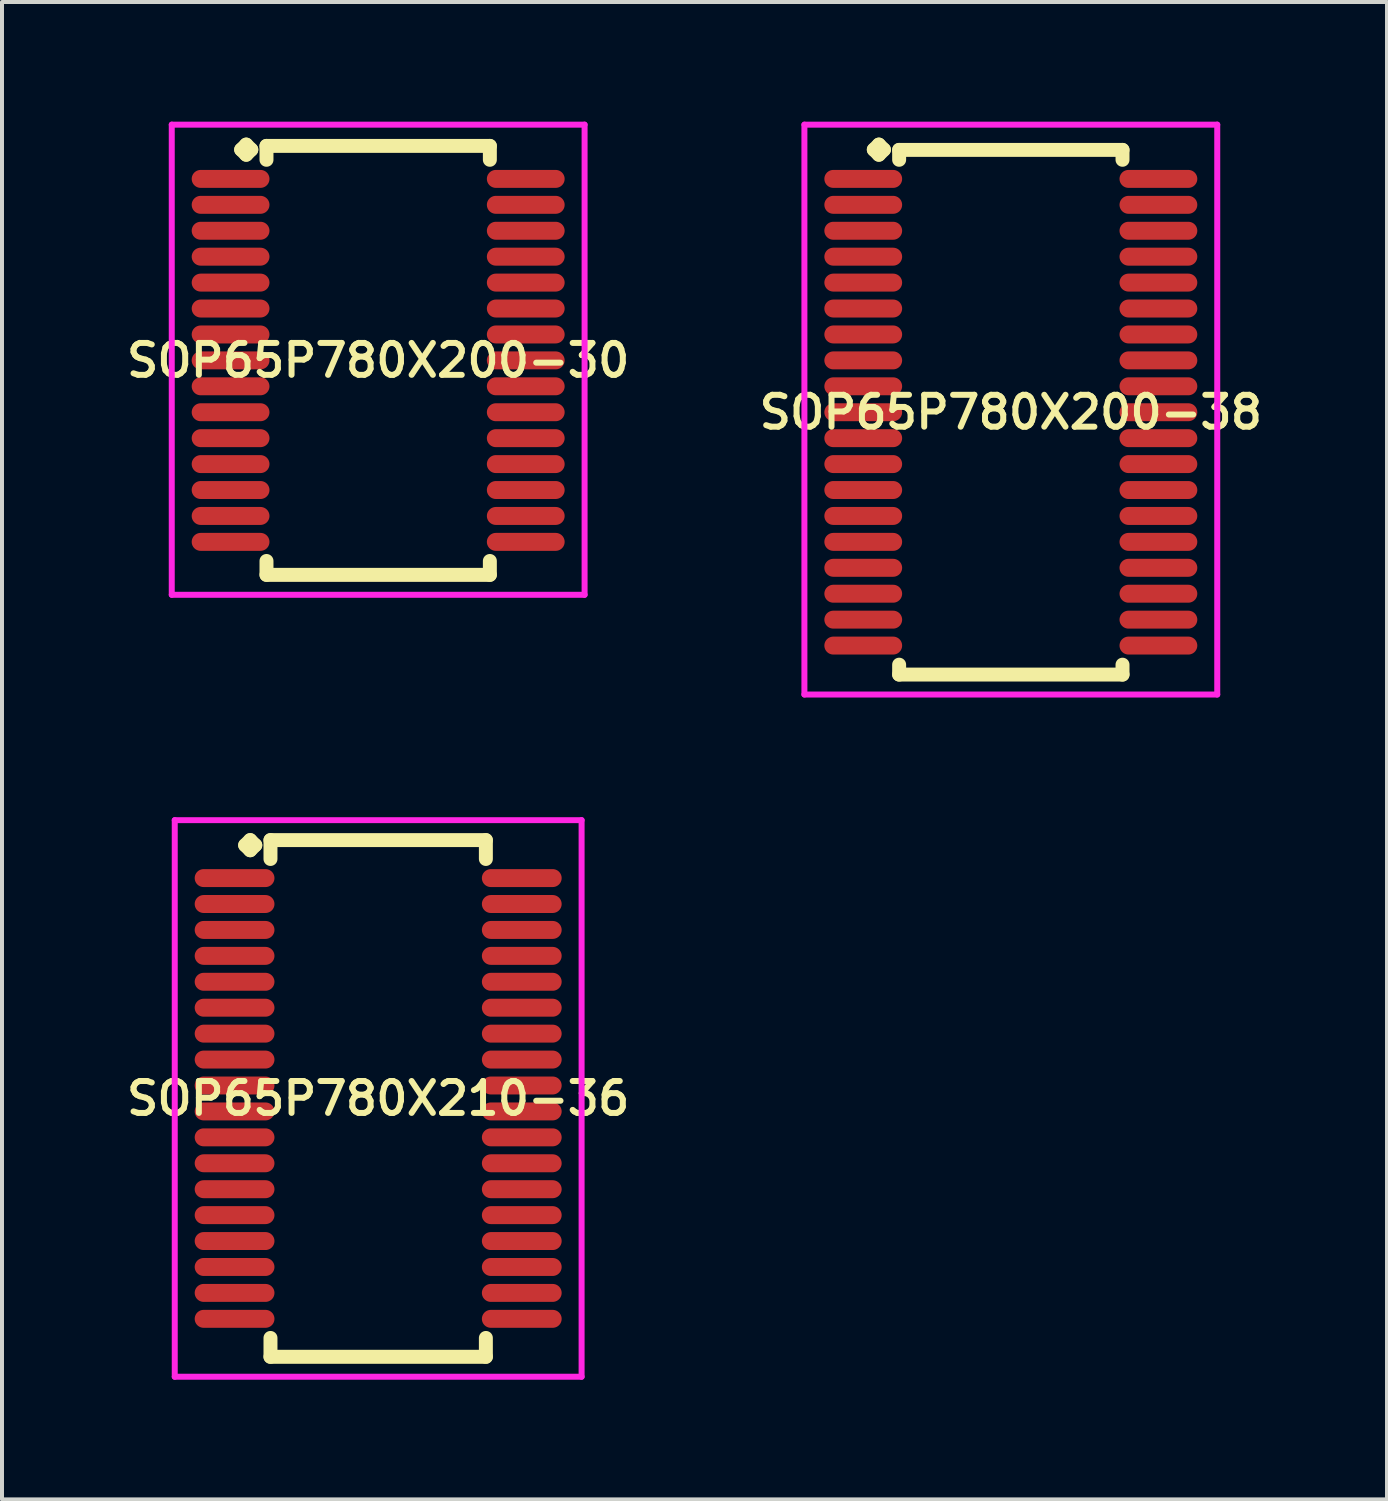
<source format=kicad_pcb>
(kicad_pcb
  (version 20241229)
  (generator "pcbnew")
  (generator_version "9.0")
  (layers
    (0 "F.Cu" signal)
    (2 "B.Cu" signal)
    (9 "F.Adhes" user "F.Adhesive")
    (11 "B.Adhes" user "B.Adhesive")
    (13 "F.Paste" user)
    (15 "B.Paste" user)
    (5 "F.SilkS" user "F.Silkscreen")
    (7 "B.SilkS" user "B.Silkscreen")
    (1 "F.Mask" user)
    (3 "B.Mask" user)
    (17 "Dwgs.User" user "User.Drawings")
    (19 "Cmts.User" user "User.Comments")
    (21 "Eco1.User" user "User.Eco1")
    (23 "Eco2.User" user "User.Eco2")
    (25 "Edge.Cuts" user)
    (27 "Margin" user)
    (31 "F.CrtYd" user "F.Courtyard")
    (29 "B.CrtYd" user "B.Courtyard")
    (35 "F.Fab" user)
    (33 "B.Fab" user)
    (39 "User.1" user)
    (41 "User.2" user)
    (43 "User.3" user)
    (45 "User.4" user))
  (footprint "SOP65P780X210-36"
    (layer "F.Cu")
    (at 6.431 24.489)
    (property "Reference" "SOP65P780X210-36" (at 0 0 0) (layer "F.SilkS") (effects (font (size 0.8 0.8) (thickness 0.15))))
    (attr smd)
    (fp_line (start -3.335 -6.35) (end -3.208 -6.477) (stroke (width 0.35) (type solid)) (layer "F.SilkS"))
    (fp_line (start -3.208 -6.477) (end -3.081 -6.35) (stroke (width 0.35) (type solid)) (layer "F.SilkS"))
    (fp_line (start -3.208 -6.223) (end -3.335 -6.35) (stroke (width 0.35) (type solid)) (layer "F.SilkS"))
    (fp_line (start -3.081 -6.35) (end -3.208 -6.223) (stroke (width 0.35) (type solid)) (layer "F.SilkS"))
    (fp_line (start -2.7 -6.477) (end 2.7 -6.477) (stroke (width 0.35) (type solid)) (layer "F.SilkS"))
    (fp_line (start -2.7 -6.004) (end -2.7 -6.477) (stroke (width 0.35) (type solid)) (layer "F.SilkS"))
    (fp_line (start -2.7 6.004) (end -2.7 6.477) (stroke (width 0.35) (type solid)) (layer "F.SilkS"))
    (fp_line (start -2.7 6.477) (end 2.7 6.477) (stroke (width 0.35) (type solid)) (layer "F.SilkS"))
    (fp_line (start 2.7 -6.477) (end 2.7 -6.004) (stroke (width 0.35) (type solid)) (layer "F.SilkS"))
    (fp_line (start 2.7 6.477) (end 2.7 6.004) (stroke (width 0.35) (type solid)) (layer "F.SilkS"))
    (fp_line (start -5.1 -6.977) (end 5.1 -6.977) (stroke (width 0.15) (type solid)) (layer "F.CrtYd"))
    (fp_line (start -5.1 6.977) (end -5.1 -6.977) (stroke (width 0.15) (type solid)) (layer "F.CrtYd"))
    (fp_line (start 5.1 -6.977) (end 5.1 6.977) (stroke (width 0.15) (type solid)) (layer "F.CrtYd"))
    (fp_line (start 5.1 6.977) (end -5.1 6.977) (stroke (width 0.15) (type solid)) (layer "F.CrtYd"))
    (pad "1" smd oval (at -3.6 -5.525) (size 2 0.45) (layers "F.Cu" "F.Mask" "F.Paste"))
    (pad "2" smd oval (at -3.6 -4.875) (size 2 0.45) (layers "F.Cu" "F.Mask" "F.Paste"))
    (pad "3" smd oval (at -3.6 -4.225) (size 2 0.45) (layers "F.Cu" "F.Mask" "F.Paste"))
    (pad "4" smd oval (at -3.6 -3.575) (size 2 0.45) (layers "F.Cu" "F.Mask" "F.Paste"))
    (pad "5" smd oval (at -3.6 -2.925) (size 2 0.45) (layers "F.Cu" "F.Mask" "F.Paste"))
    (pad "6" smd oval (at -3.6 -2.275) (size 2 0.45) (layers "F.Cu" "F.Mask" "F.Paste"))
    (pad "7" smd oval (at -3.6 -1.625) (size 2 0.45) (layers "F.Cu" "F.Mask" "F.Paste"))
    (pad "8" smd oval (at -3.6 -0.975) (size 2 0.45) (layers "F.Cu" "F.Mask" "F.Paste"))
    (pad "9" smd oval (at -3.6 -0.325) (size 2 0.45) (layers "F.Cu" "F.Mask" "F.Paste"))
    (pad "10" smd oval (at -3.6 0.325) (size 2 0.45) (layers "F.Cu" "F.Mask" "F.Paste"))
    (pad "11" smd oval (at -3.6 0.975) (size 2 0.45) (layers "F.Cu" "F.Mask" "F.Paste"))
    (pad "12" smd oval (at -3.6 1.625) (size 2 0.45) (layers "F.Cu" "F.Mask" "F.Paste"))
    (pad "13" smd oval (at -3.6 2.275) (size 2 0.45) (layers "F.Cu" "F.Mask" "F.Paste"))
    (pad "14" smd oval (at -3.6 2.925) (size 2 0.45) (layers "F.Cu" "F.Mask" "F.Paste"))
    (pad "15" smd oval (at -3.6 3.575) (size 2 0.45) (layers "F.Cu" "F.Mask" "F.Paste"))
    (pad "16" smd oval (at -3.6 4.225) (size 2 0.45) (layers "F.Cu" "F.Mask" "F.Paste"))
    (pad "17" smd oval (at -3.6 4.875) (size 2 0.45) (layers "F.Cu" "F.Mask" "F.Paste"))
    (pad "18" smd oval (at -3.6 5.525) (size 2 0.45) (layers "F.Cu" "F.Mask" "F.Paste"))
    (pad "19" smd oval (at 3.6 5.525) (size 2 0.45) (layers "F.Cu" "F.Mask" "F.Paste"))
    (pad "20" smd oval (at 3.6 4.875) (size 2 0.45) (layers "F.Cu" "F.Mask" "F.Paste"))
    (pad "21" smd oval (at 3.6 4.225) (size 2 0.45) (layers "F.Cu" "F.Mask" "F.Paste"))
    (pad "22" smd oval (at 3.6 3.575) (size 2 0.45) (layers "F.Cu" "F.Mask" "F.Paste"))
    (pad "23" smd oval (at 3.6 2.925) (size 2 0.45) (layers "F.Cu" "F.Mask" "F.Paste"))
    (pad "24" smd oval (at 3.6 2.275) (size 2 0.45) (layers "F.Cu" "F.Mask" "F.Paste"))
    (pad "25" smd oval (at 3.6 1.625) (size 2 0.45) (layers "F.Cu" "F.Mask" "F.Paste"))
    (pad "26" smd oval (at 3.6 0.975) (size 2 0.45) (layers "F.Cu" "F.Mask" "F.Paste"))
    (pad "27" smd oval (at 3.6 0.325) (size 2 0.45) (layers "F.Cu" "F.Mask" "F.Paste"))
    (pad "28" smd oval (at 3.6 -0.325) (size 2 0.45) (layers "F.Cu" "F.Mask" "F.Paste"))
    (pad "29" smd oval (at 3.6 -0.975) (size 2 0.45) (layers "F.Cu" "F.Mask" "F.Paste"))
    (pad "30" smd oval (at 3.6 -1.625) (size 2 0.45) (layers "F.Cu" "F.Mask" "F.Paste"))
    (pad "31" smd oval (at 3.6 -2.275) (size 2 0.45) (layers "F.Cu" "F.Mask" "F.Paste"))
    (pad "32" smd oval (at 3.6 -2.925) (size 2 0.45) (layers "F.Cu" "F.Mask" "F.Paste"))
    (pad "33" smd oval (at 3.6 -3.575) (size 2 0.45) (layers "F.Cu" "F.Mask" "F.Paste"))
    (pad "34" smd oval (at 3.6 -4.225) (size 2 0.45) (layers "F.Cu" "F.Mask" "F.Paste"))
    (pad "35" smd oval (at 3.6 -4.875) (size 2 0.45) (layers "F.Cu" "F.Mask" "F.Paste"))
    (pad "36" smd oval (at 3.6 -5.525) (size 2 0.45) (layers "F.Cu" "F.Mask" "F.Paste")))
  (footprint "SOP65P780X200-30"
    (layer "F.Cu")
    (at 6.431 5.985)
    (property "Reference" "SOP65P780X200-30" (at 0 0 0) (layer "F.SilkS") (effects (font (size 0.8 0.8) (thickness 0.15))))
    (attr smd)
    (fp_line (start -3.435 -5.283) (end -3.308 -5.41) (stroke (width 0.35) (type solid)) (layer "F.SilkS"))
    (fp_line (start -3.308 -5.41) (end -3.181 -5.283) (stroke (width 0.35) (type solid)) (layer "F.SilkS"))
    (fp_line (start -3.308 -5.156) (end -3.435 -5.283) (stroke (width 0.35) (type solid)) (layer "F.SilkS"))
    (fp_line (start -3.181 -5.283) (end -3.308 -5.156) (stroke (width 0.35) (type solid)) (layer "F.SilkS"))
    (fp_line (start -2.8 -5.377) (end 2.8 -5.377) (stroke (width 0.35) (type solid)) (layer "F.SilkS"))
    (fp_line (start -2.8 -5.029) (end -2.8 -5.377) (stroke (width 0.35) (type solid)) (layer "F.SilkS"))
    (fp_line (start -2.8 5.029) (end -2.8 5.377) (stroke (width 0.35) (type solid)) (layer "F.SilkS"))
    (fp_line (start -2.8 5.377) (end 2.8 5.377) (stroke (width 0.35) (type solid)) (layer "F.SilkS"))
    (fp_line (start 2.8 -5.377) (end 2.8 -5.029) (stroke (width 0.35) (type solid)) (layer "F.SilkS"))
    (fp_line (start 2.8 5.377) (end 2.8 5.029) (stroke (width 0.35) (type solid)) (layer "F.SilkS"))
    (fp_line (start -5.175 -5.91) (end 5.175 -5.91) (stroke (width 0.15) (type solid)) (layer "F.CrtYd"))
    (fp_line (start -5.175 5.877) (end -5.175 -5.91) (stroke (width 0.15) (type solid)) (layer "F.CrtYd"))
    (fp_line (start 5.175 -5.91) (end 5.175 5.877) (stroke (width 0.15) (type solid)) (layer "F.CrtYd"))
    (fp_line (start 5.175 5.877) (end -5.175 5.877) (stroke (width 0.15) (type solid)) (layer "F.CrtYd"))
    (pad "1" smd oval (at -3.7 -4.55) (size 1.95 0.45) (layers "F.Cu" "F.Mask" "F.Paste"))
    (pad "2" smd oval (at -3.7 -3.9) (size 1.95 0.45) (layers "F.Cu" "F.Mask" "F.Paste"))
    (pad "3" smd oval (at -3.7 -3.25) (size 1.95 0.45) (layers "F.Cu" "F.Mask" "F.Paste"))
    (pad "4" smd oval (at -3.7 -2.6) (size 1.95 0.45) (layers "F.Cu" "F.Mask" "F.Paste"))
    (pad "5" smd oval (at -3.7 -1.95) (size 1.95 0.45) (layers "F.Cu" "F.Mask" "F.Paste"))
    (pad "6" smd oval (at -3.7 -1.3) (size 1.95 0.45) (layers "F.Cu" "F.Mask" "F.Paste"))
    (pad "7" smd oval (at -3.7 -0.65) (size 1.95 0.45) (layers "F.Cu" "F.Mask" "F.Paste"))
    (pad "8" smd oval (at -3.7 0) (size 1.95 0.45) (layers "F.Cu" "F.Mask" "F.Paste"))
    (pad "9" smd oval (at -3.7 0.65) (size 1.95 0.45) (layers "F.Cu" "F.Mask" "F.Paste"))
    (pad "10" smd oval (at -3.7 1.3) (size 1.95 0.45) (layers "F.Cu" "F.Mask" "F.Paste"))
    (pad "11" smd oval (at -3.7 1.95) (size 1.95 0.45) (layers "F.Cu" "F.Mask" "F.Paste"))
    (pad "12" smd oval (at -3.7 2.6) (size 1.95 0.45) (layers "F.Cu" "F.Mask" "F.Paste"))
    (pad "13" smd oval (at -3.7 3.25) (size 1.95 0.45) (layers "F.Cu" "F.Mask" "F.Paste"))
    (pad "14" smd oval (at -3.7 3.9) (size 1.95 0.45) (layers "F.Cu" "F.Mask" "F.Paste"))
    (pad "15" smd oval (at -3.7 4.55) (size 1.95 0.45) (layers "F.Cu" "F.Mask" "F.Paste"))
    (pad "16" smd oval (at 3.7 4.55) (size 1.95 0.45) (layers "F.Cu" "F.Mask" "F.Paste"))
    (pad "17" smd oval (at 3.7 3.9) (size 1.95 0.45) (layers "F.Cu" "F.Mask" "F.Paste"))
    (pad "18" smd oval (at 3.7 3.25) (size 1.95 0.45) (layers "F.Cu" "F.Mask" "F.Paste"))
    (pad "19" smd oval (at 3.7 2.6) (size 1.95 0.45) (layers "F.Cu" "F.Mask" "F.Paste"))
    (pad "20" smd oval (at 3.7 1.95) (size 1.95 0.45) (layers "F.Cu" "F.Mask" "F.Paste"))
    (pad "21" smd oval (at 3.7 1.3) (size 1.95 0.45) (layers "F.Cu" "F.Mask" "F.Paste"))
    (pad "22" smd oval (at 3.7 0.65) (size 1.95 0.45) (layers "F.Cu" "F.Mask" "F.Paste"))
    (pad "23" smd oval (at 3.7 0) (size 1.95 0.45) (layers "F.Cu" "F.Mask" "F.Paste"))
    (pad "24" smd oval (at 3.7 -0.65) (size 1.95 0.45) (layers "F.Cu" "F.Mask" "F.Paste"))
    (pad "25" smd oval (at 3.7 -1.3) (size 1.95 0.45) (layers "F.Cu" "F.Mask" "F.Paste"))
    (pad "26" smd oval (at 3.7 -1.95) (size 1.95 0.45) (layers "F.Cu" "F.Mask" "F.Paste"))
    (pad "27" smd oval (at 3.7 -2.6) (size 1.95 0.45) (layers "F.Cu" "F.Mask" "F.Paste"))
    (pad "28" smd oval (at 3.7 -3.25) (size 1.95 0.45) (layers "F.Cu" "F.Mask" "F.Paste"))
    (pad "29" smd oval (at 3.7 -3.9) (size 1.95 0.45) (layers "F.Cu" "F.Mask" "F.Paste"))
    (pad "30" smd oval (at 3.7 -4.55) (size 1.95 0.45) (layers "F.Cu" "F.Mask" "F.Paste")))
  (footprint "SOP65P780X200-38"
    (layer "F.Cu")
    (at 22.292 7.285)
    (property "Reference" "SOP65P780X200-38" (at 0 0 0) (layer "F.SilkS") (effects (font (size 0.8 0.8) (thickness 0.15))))
    (attr through_hole)
    (fp_line (start -3.435 -6.583) (end -3.308 -6.71) (stroke (width 0.35) (type solid)) (layer "F.SilkS"))
    (fp_line (start -3.308 -6.71) (end -3.181 -6.583) (stroke (width 0.35) (type solid)) (layer "F.SilkS"))
    (fp_line (start -3.308 -6.456) (end -3.435 -6.583) (stroke (width 0.35) (type solid)) (layer "F.SilkS"))
    (fp_line (start -3.181 -6.583) (end -3.308 -6.456) (stroke (width 0.35) (type solid)) (layer "F.SilkS"))
    (fp_line (start -2.8 -6.577) (end 2.8 -6.577) (stroke (width 0.35) (type solid)) (layer "F.SilkS"))
    (fp_line (start -2.8 -6.329) (end -2.8 -6.577) (stroke (width 0.35) (type solid)) (layer "F.SilkS"))
    (fp_line (start -2.8 6.329) (end -2.8 6.577) (stroke (width 0.35) (type solid)) (layer "F.SilkS"))
    (fp_line (start -2.8 6.577) (end 2.8 6.577) (stroke (width 0.35) (type solid)) (layer "F.SilkS"))
    (fp_line (start 2.8 -6.577) (end 2.8 -6.329) (stroke (width 0.35) (type solid)) (layer "F.SilkS"))
    (fp_line (start 2.8 6.577) (end 2.8 6.329) (stroke (width 0.35) (type solid)) (layer "F.SilkS"))
    (fp_line (start -5.175 -7.21) (end 5.175 -7.21) (stroke (width 0.15) (type solid)) (layer "F.CrtYd"))
    (fp_line (start -5.175 7.077) (end -5.175 -7.21) (stroke (width 0.15) (type solid)) (layer "F.CrtYd"))
    (fp_line (start 5.175 -7.21) (end 5.175 7.077) (stroke (width 0.15) (type solid)) (layer "F.CrtYd"))
    (fp_line (start 5.175 7.077) (end -5.175 7.077) (stroke (width 0.15) (type solid)) (layer "F.CrtYd"))
    (pad "1" smd oval (at -3.7 -5.85) (size 1.95 0.45) (layers "F.Cu" "F.Mask" "F.Paste"))
    (pad "2" smd oval (at -3.7 -5.2) (size 1.95 0.45) (layers "F.Cu" "F.Mask" "F.Paste"))
    (pad "3" smd oval (at -3.7 -4.55) (size 1.95 0.45) (layers "F.Cu" "F.Mask" "F.Paste"))
    (pad "4" smd oval (at -3.7 -3.9) (size 1.95 0.45) (layers "F.Cu" "F.Mask" "F.Paste"))
    (pad "5" smd oval (at -3.7 -3.25) (size 1.95 0.45) (layers "F.Cu" "F.Mask" "F.Paste"))
    (pad "6" smd oval (at -3.7 -2.6) (size 1.95 0.45) (layers "F.Cu" "F.Mask" "F.Paste"))
    (pad "7" smd oval (at -3.7 -1.95) (size 1.95 0.45) (layers "F.Cu" "F.Mask" "F.Paste"))
    (pad "8" smd oval (at -3.7 -1.3) (size 1.95 0.45) (layers "F.Cu" "F.Mask" "F.Paste"))
    (pad "9" smd oval (at -3.7 -0.65) (size 1.95 0.45) (layers "F.Cu" "F.Mask" "F.Paste"))
    (pad "10" smd oval (at -3.7 0) (size 1.95 0.45) (layers "F.Cu" "F.Mask" "F.Paste"))
    (pad "11" smd oval (at -3.7 0.65) (size 1.95 0.45) (layers "F.Cu" "F.Mask" "F.Paste"))
    (pad "12" smd oval (at -3.7 1.3) (size 1.95 0.45) (layers "F.Cu" "F.Mask" "F.Paste"))
    (pad "13" smd oval (at -3.7 1.95) (size 1.95 0.45) (layers "F.Cu" "F.Mask" "F.Paste"))
    (pad "14" smd oval (at -3.7 2.6) (size 1.95 0.45) (layers "F.Cu" "F.Mask" "F.Paste"))
    (pad "15" smd oval (at -3.7 3.25) (size 1.95 0.45) (layers "F.Cu" "F.Mask" "F.Paste"))
    (pad "16" smd oval (at -3.7 3.9) (size 1.95 0.45) (layers "F.Cu" "F.Mask" "F.Paste"))
    (pad "17" smd oval (at -3.7 4.55) (size 1.95 0.45) (layers "F.Cu" "F.Mask" "F.Paste"))
    (pad "18" smd oval (at -3.7 5.2) (size 1.95 0.45) (layers "F.Cu" "F.Mask" "F.Paste"))
    (pad "19" smd oval (at -3.7 5.85) (size 1.95 0.45) (layers "F.Cu" "F.Mask" "F.Paste"))
    (pad "20" smd oval (at 3.7 5.85) (size 1.95 0.45) (layers "F.Cu" "F.Mask" "F.Paste"))
    (pad "21" smd oval (at 3.7 5.2) (size 1.95 0.45) (layers "F.Cu" "F.Mask" "F.Paste"))
    (pad "22" smd oval (at 3.7 4.55) (size 1.95 0.45) (layers "F.Cu" "F.Mask" "F.Paste"))
    (pad "23" smd oval (at 3.7 3.9) (size 1.95 0.45) (layers "F.Cu" "F.Mask" "F.Paste"))
    (pad "24" smd oval (at 3.7 3.25) (size 1.95 0.45) (layers "F.Cu" "F.Mask" "F.Paste"))
    (pad "25" smd oval (at 3.7 2.6) (size 1.95 0.45) (layers "F.Cu" "F.Mask" "F.Paste"))
    (pad "26" smd oval (at 3.7 1.95) (size 1.95 0.45) (layers "F.Cu" "F.Mask" "F.Paste"))
    (pad "27" smd oval (at 3.7 1.3) (size 1.95 0.45) (layers "F.Cu" "F.Mask" "F.Paste"))
    (pad "28" smd oval (at 3.7 0.65) (size 1.95 0.45) (layers "F.Cu" "F.Mask" "F.Paste"))
    (pad "29" smd oval (at 3.7 0) (size 1.95 0.45) (layers "F.Cu" "F.Mask" "F.Paste"))
    (pad "30" smd oval (at 3.7 -0.65) (size 1.95 0.45) (layers "F.Cu" "F.Mask" "F.Paste"))
    (pad "31" smd oval (at 3.7 -1.3) (size 1.95 0.45) (layers "F.Cu" "F.Mask" "F.Paste"))
    (pad "32" smd oval (at 3.7 -1.95) (size 1.95 0.45) (layers "F.Cu" "F.Mask" "F.Paste"))
    (pad "33" smd oval (at 3.7 -2.6) (size 1.95 0.45) (layers "F.Cu" "F.Mask" "F.Paste"))
    (pad "34" smd oval (at 3.7 -3.25) (size 1.95 0.45) (layers "F.Cu" "F.Mask" "F.Paste"))
    (pad "35" smd oval (at 3.7 -3.9) (size 1.95 0.45) (layers "F.Cu" "F.Mask" "F.Paste"))
    (pad "36" smd oval (at 3.7 -4.55) (size 1.95 0.45) (layers "F.Cu" "F.Mask" "F.Paste"))
    (pad "37" smd oval (at 3.7 -5.2) (size 1.95 0.45) (layers "F.Cu" "F.Mask" "F.Paste"))
    (pad "38" smd oval (at 3.7 -5.85) (size 1.95 0.45) (layers "F.Cu" "F.Mask" "F.Paste")))
  (gr_rect
    (start -3 -3)
    (end 31.723 34.541)
    (stroke (width 0.1) (type default))
    (fill no)
    (layer "Edge.Cuts")))
</source>
